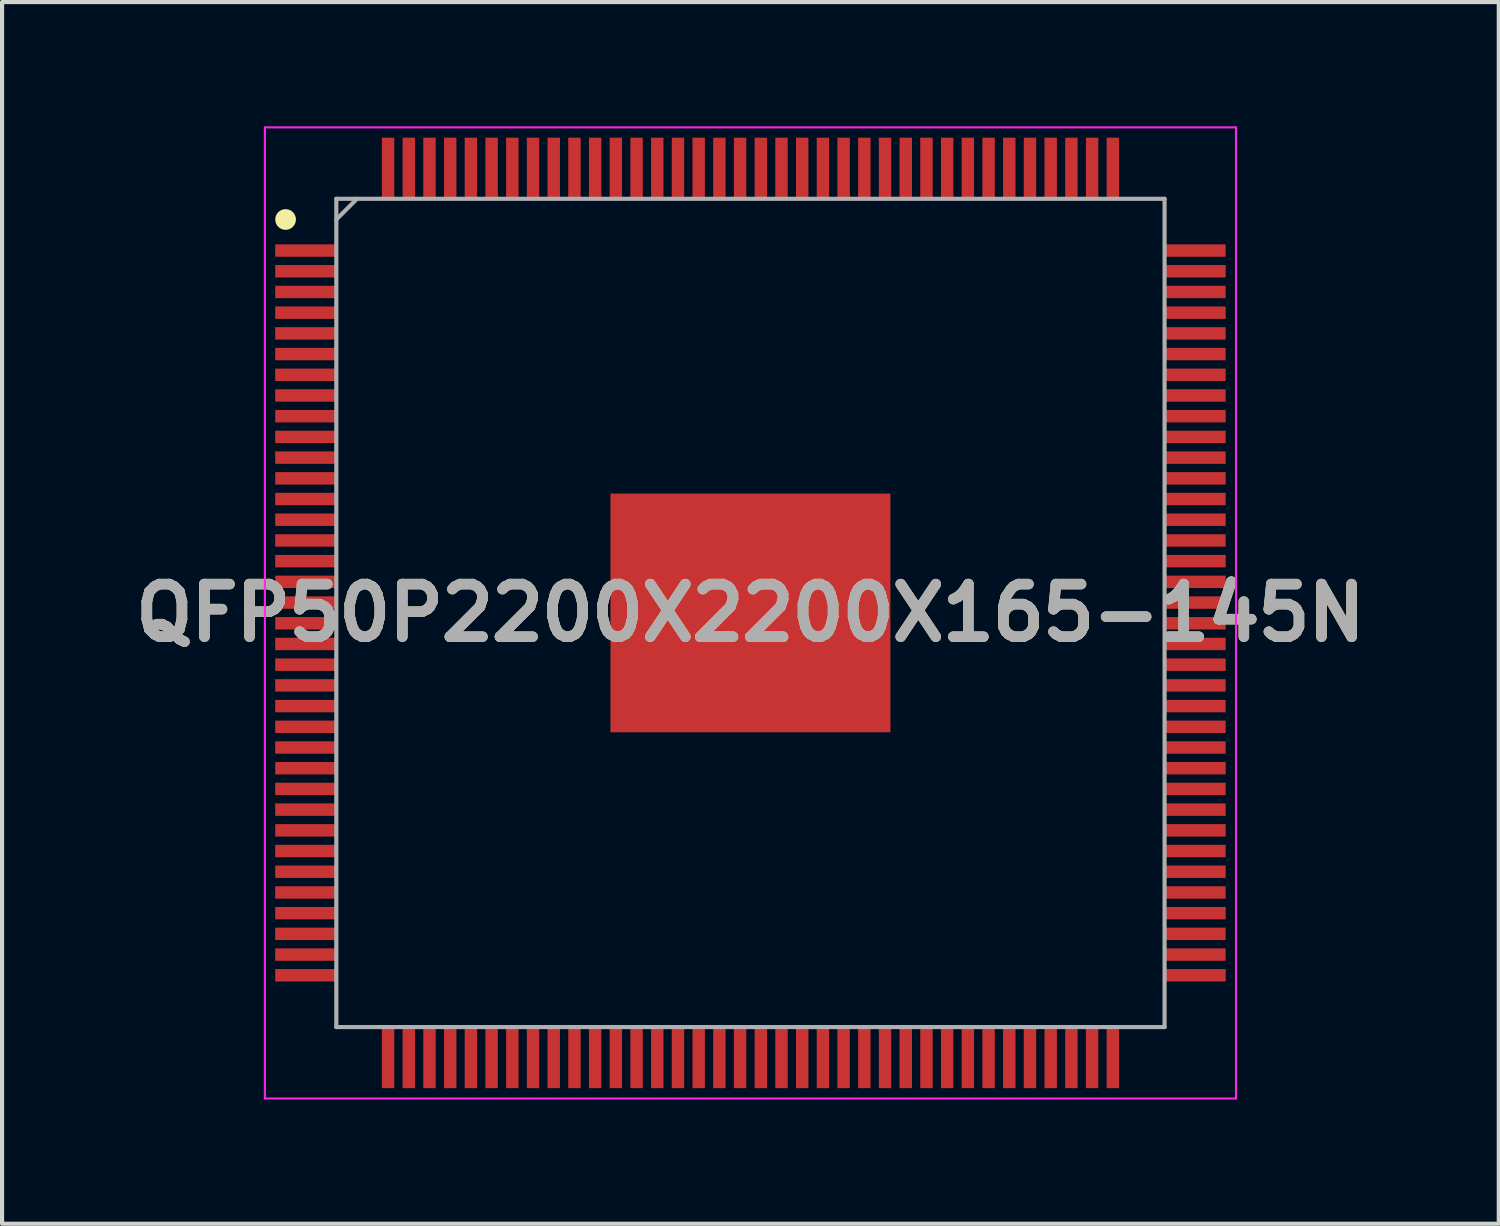
<source format=kicad_pcb>
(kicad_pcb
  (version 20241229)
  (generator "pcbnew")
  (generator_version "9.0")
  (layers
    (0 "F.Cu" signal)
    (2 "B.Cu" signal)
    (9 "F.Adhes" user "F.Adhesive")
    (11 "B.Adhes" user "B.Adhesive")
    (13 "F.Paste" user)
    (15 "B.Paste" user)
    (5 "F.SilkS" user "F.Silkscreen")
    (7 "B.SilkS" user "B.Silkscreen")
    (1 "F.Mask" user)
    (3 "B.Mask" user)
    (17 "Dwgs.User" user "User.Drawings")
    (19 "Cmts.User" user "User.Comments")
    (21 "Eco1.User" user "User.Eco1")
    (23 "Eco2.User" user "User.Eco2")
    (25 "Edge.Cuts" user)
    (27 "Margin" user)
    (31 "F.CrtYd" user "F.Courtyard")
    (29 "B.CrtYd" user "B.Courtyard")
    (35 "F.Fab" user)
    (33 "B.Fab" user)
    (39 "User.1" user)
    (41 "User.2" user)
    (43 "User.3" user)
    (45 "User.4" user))
  (footprint "QFP50P2200X2200X165-145N"
    (layer "F.Cu")
    (at 15.071 11.75)
    (property "Reference" "QFP50P2200X2200X165-145N" (at 0 0 0) (layer "F.SilkS") (effects (font (size 1.27 1.27) (thickness 0.254))))
    (attr smd)
    (fp_circle (center -11.225 -9.5) (end -11.225 -9.375) (stroke (width 0.25) (type solid)) (fill no) (layer "F.SilkS"))
    (fp_line (start -11.725 -11.725) (end 11.725 -11.725) (stroke (width 0.05) (type solid)) (layer "F.CrtYd"))
    (fp_line (start -11.725 11.725) (end -11.725 -11.725) (stroke (width 0.05) (type solid)) (layer "F.CrtYd"))
    (fp_line (start 11.725 -11.725) (end 11.725 11.725) (stroke (width 0.05) (type solid)) (layer "F.CrtYd"))
    (fp_line (start 11.725 11.725) (end -11.725 11.725) (stroke (width 0.05) (type solid)) (layer "F.CrtYd"))
    (fp_line (start -10 -10) (end 10 -10) (stroke (width 0.1) (type solid)) (layer "F.Fab"))
    (fp_line (start -10 -9.5) (end -9.5 -10) (stroke (width 0.1) (type solid)) (layer "F.Fab"))
    (fp_line (start -10 10) (end -10 -10) (stroke (width 0.1) (type solid)) (layer "F.Fab"))
    (fp_line (start 10 -10) (end 10 10) (stroke (width 0.1) (type solid)) (layer "F.Fab"))
    (fp_line (start 10 10) (end -10 10) (stroke (width 0.1) (type solid)) (layer "F.Fab"))
    (fp_text user "${REFERENCE}" (at 0 0 0) (layer "F.Fab") (effects (font (size 1.27 1.27) (thickness 0.254))))
    (pad "1" smd rect (at -10.738 -8.75 90) (size 0.3 1.475) (layers "F.Cu" "F.Mask" "F.Paste"))
    (pad "2" smd rect (at -10.738 -8.25 90) (size 0.3 1.475) (layers "F.Cu" "F.Mask" "F.Paste"))
    (pad "3" smd rect (at -10.738 -7.75 90) (size 0.3 1.475) (layers "F.Cu" "F.Mask" "F.Paste"))
    (pad "4" smd rect (at -10.738 -7.25 90) (size 0.3 1.475) (layers "F.Cu" "F.Mask" "F.Paste"))
    (pad "5" smd rect (at -10.738 -6.75 90) (size 0.3 1.475) (layers "F.Cu" "F.Mask" "F.Paste"))
    (pad "6" smd rect (at -10.738 -6.25 90) (size 0.3 1.475) (layers "F.Cu" "F.Mask" "F.Paste"))
    (pad "7" smd rect (at -10.738 -5.75 90) (size 0.3 1.475) (layers "F.Cu" "F.Mask" "F.Paste"))
    (pad "8" smd rect (at -10.738 -5.25 90) (size 0.3 1.475) (layers "F.Cu" "F.Mask" "F.Paste"))
    (pad "9" smd rect (at -10.738 -4.75 90) (size 0.3 1.475) (layers "F.Cu" "F.Mask" "F.Paste"))
    (pad "10" smd rect (at -10.738 -4.25 90) (size 0.3 1.475) (layers "F.Cu" "F.Mask" "F.Paste"))
    (pad "11" smd rect (at -10.738 -3.75 90) (size 0.3 1.475) (layers "F.Cu" "F.Mask" "F.Paste"))
    (pad "12" smd rect (at -10.738 -3.25 90) (size 0.3 1.475) (layers "F.Cu" "F.Mask" "F.Paste"))
    (pad "13" smd rect (at -10.738 -2.75 90) (size 0.3 1.475) (layers "F.Cu" "F.Mask" "F.Paste"))
    (pad "14" smd rect (at -10.738 -2.25 90) (size 0.3 1.475) (layers "F.Cu" "F.Mask" "F.Paste"))
    (pad "15" smd rect (at -10.738 -1.75 90) (size 0.3 1.475) (layers "F.Cu" "F.Mask" "F.Paste"))
    (pad "16" smd rect (at -10.738 -1.25 90) (size 0.3 1.475) (layers "F.Cu" "F.Mask" "F.Paste"))
    (pad "17" smd rect (at -10.738 -0.75 90) (size 0.3 1.475) (layers "F.Cu" "F.Mask" "F.Paste"))
    (pad "18" smd rect (at -10.738 -0.25 90) (size 0.3 1.475) (layers "F.Cu" "F.Mask" "F.Paste"))
    (pad "19" smd rect (at -10.738 0.25 90) (size 0.3 1.475) (layers "F.Cu" "F.Mask" "F.Paste"))
    (pad "20" smd rect (at -10.738 0.75 90) (size 0.3 1.475) (layers "F.Cu" "F.Mask" "F.Paste"))
    (pad "21" smd rect (at -10.738 1.25 90) (size 0.3 1.475) (layers "F.Cu" "F.Mask" "F.Paste"))
    (pad "22" smd rect (at -10.738 1.75 90) (size 0.3 1.475) (layers "F.Cu" "F.Mask" "F.Paste"))
    (pad "23" smd rect (at -10.738 2.25 90) (size 0.3 1.475) (layers "F.Cu" "F.Mask" "F.Paste"))
    (pad "24" smd rect (at -10.738 2.75 90) (size 0.3 1.475) (layers "F.Cu" "F.Mask" "F.Paste"))
    (pad "25" smd rect (at -10.738 3.25 90) (size 0.3 1.475) (layers "F.Cu" "F.Mask" "F.Paste"))
    (pad "26" smd rect (at -10.738 3.75 90) (size 0.3 1.475) (layers "F.Cu" "F.Mask" "F.Paste"))
    (pad "27" smd rect (at -10.738 4.25 90) (size 0.3 1.475) (layers "F.Cu" "F.Mask" "F.Paste"))
    (pad "28" smd rect (at -10.738 4.75 90) (size 0.3 1.475) (layers "F.Cu" "F.Mask" "F.Paste"))
    (pad "29" smd rect (at -10.738 5.25 90) (size 0.3 1.475) (layers "F.Cu" "F.Mask" "F.Paste"))
    (pad "30" smd rect (at -10.738 5.75 90) (size 0.3 1.475) (layers "F.Cu" "F.Mask" "F.Paste"))
    (pad "31" smd rect (at -10.738 6.25 90) (size 0.3 1.475) (layers "F.Cu" "F.Mask" "F.Paste"))
    (pad "32" smd rect (at -10.738 6.75 90) (size 0.3 1.475) (layers "F.Cu" "F.Mask" "F.Paste"))
    (pad "33" smd rect (at -10.738 7.25 90) (size 0.3 1.475) (layers "F.Cu" "F.Mask" "F.Paste"))
    (pad "34" smd rect (at -10.738 7.75 90) (size 0.3 1.475) (layers "F.Cu" "F.Mask" "F.Paste"))
    (pad "35" smd rect (at -10.738 8.25 90) (size 0.3 1.475) (layers "F.Cu" "F.Mask" "F.Paste"))
    (pad "36" smd rect (at -10.738 8.75 90) (size 0.3 1.475) (layers "F.Cu" "F.Mask" "F.Paste"))
    (pad "37" smd rect (at -8.75 10.738) (size 0.3 1.475) (layers "F.Cu" "F.Mask" "F.Paste"))
    (pad "38" smd rect (at -8.25 10.738) (size 0.3 1.475) (layers "F.Cu" "F.Mask" "F.Paste"))
    (pad "39" smd rect (at -7.75 10.738) (size 0.3 1.475) (layers "F.Cu" "F.Mask" "F.Paste"))
    (pad "40" smd rect (at -7.25 10.738) (size 0.3 1.475) (layers "F.Cu" "F.Mask" "F.Paste"))
    (pad "41" smd rect (at -6.75 10.738) (size 0.3 1.475) (layers "F.Cu" "F.Mask" "F.Paste"))
    (pad "42" smd rect (at -6.25 10.738) (size 0.3 1.475) (layers "F.Cu" "F.Mask" "F.Paste"))
    (pad "43" smd rect (at -5.75 10.738) (size 0.3 1.475) (layers "F.Cu" "F.Mask" "F.Paste"))
    (pad "44" smd rect (at -5.25 10.738) (size 0.3 1.475) (layers "F.Cu" "F.Mask" "F.Paste"))
    (pad "45" smd rect (at -4.75 10.738) (size 0.3 1.475) (layers "F.Cu" "F.Mask" "F.Paste"))
    (pad "46" smd rect (at -4.25 10.738) (size 0.3 1.475) (layers "F.Cu" "F.Mask" "F.Paste"))
    (pad "47" smd rect (at -3.75 10.738) (size 0.3 1.475) (layers "F.Cu" "F.Mask" "F.Paste"))
    (pad "48" smd rect (at -3.25 10.738) (size 0.3 1.475) (layers "F.Cu" "F.Mask" "F.Paste"))
    (pad "49" smd rect (at -2.75 10.738) (size 0.3 1.475) (layers "F.Cu" "F.Mask" "F.Paste"))
    (pad "50" smd rect (at -2.25 10.738) (size 0.3 1.475) (layers "F.Cu" "F.Mask" "F.Paste"))
    (pad "51" smd rect (at -1.75 10.738) (size 0.3 1.475) (layers "F.Cu" "F.Mask" "F.Paste"))
    (pad "52" smd rect (at -1.25 10.738) (size 0.3 1.475) (layers "F.Cu" "F.Mask" "F.Paste"))
    (pad "53" smd rect (at -0.75 10.738) (size 0.3 1.475) (layers "F.Cu" "F.Mask" "F.Paste"))
    (pad "54" smd rect (at -0.25 10.738) (size 0.3 1.475) (layers "F.Cu" "F.Mask" "F.Paste"))
    (pad "55" smd rect (at 0.25 10.738) (size 0.3 1.475) (layers "F.Cu" "F.Mask" "F.Paste"))
    (pad "56" smd rect (at 0.75 10.738) (size 0.3 1.475) (layers "F.Cu" "F.Mask" "F.Paste"))
    (pad "57" smd rect (at 1.25 10.738) (size 0.3 1.475) (layers "F.Cu" "F.Mask" "F.Paste"))
    (pad "58" smd rect (at 1.75 10.738) (size 0.3 1.475) (layers "F.Cu" "F.Mask" "F.Paste"))
    (pad "59" smd rect (at 2.25 10.738) (size 0.3 1.475) (layers "F.Cu" "F.Mask" "F.Paste"))
    (pad "60" smd rect (at 2.75 10.738) (size 0.3 1.475) (layers "F.Cu" "F.Mask" "F.Paste"))
    (pad "61" smd rect (at 3.25 10.738) (size 0.3 1.475) (layers "F.Cu" "F.Mask" "F.Paste"))
    (pad "62" smd rect (at 3.75 10.738) (size 0.3 1.475) (layers "F.Cu" "F.Mask" "F.Paste"))
    (pad "63" smd rect (at 4.25 10.738) (size 0.3 1.475) (layers "F.Cu" "F.Mask" "F.Paste"))
    (pad "64" smd rect (at 4.75 10.738) (size 0.3 1.475) (layers "F.Cu" "F.Mask" "F.Paste"))
    (pad "65" smd rect (at 5.25 10.738) (size 0.3 1.475) (layers "F.Cu" "F.Mask" "F.Paste"))
    (pad "66" smd rect (at 5.75 10.738) (size 0.3 1.475) (layers "F.Cu" "F.Mask" "F.Paste"))
    (pad "67" smd rect (at 6.25 10.738) (size 0.3 1.475) (layers "F.Cu" "F.Mask" "F.Paste"))
    (pad "68" smd rect (at 6.75 10.738) (size 0.3 1.475) (layers "F.Cu" "F.Mask" "F.Paste"))
    (pad "69" smd rect (at 7.25 10.738) (size 0.3 1.475) (layers "F.Cu" "F.Mask" "F.Paste"))
    (pad "70" smd rect (at 7.75 10.738) (size 0.3 1.475) (layers "F.Cu" "F.Mask" "F.Paste"))
    (pad "71" smd rect (at 8.25 10.738) (size 0.3 1.475) (layers "F.Cu" "F.Mask" "F.Paste"))
    (pad "72" smd rect (at 8.75 10.738) (size 0.3 1.475) (layers "F.Cu" "F.Mask" "F.Paste"))
    (pad "73" smd rect (at 10.738 8.75 90) (size 0.3 1.475) (layers "F.Cu" "F.Mask" "F.Paste"))
    (pad "74" smd rect (at 10.738 8.25 90) (size 0.3 1.475) (layers "F.Cu" "F.Mask" "F.Paste"))
    (pad "75" smd rect (at 10.738 7.75 90) (size 0.3 1.475) (layers "F.Cu" "F.Mask" "F.Paste"))
    (pad "76" smd rect (at 10.738 7.25 90) (size 0.3 1.475) (layers "F.Cu" "F.Mask" "F.Paste"))
    (pad "77" smd rect (at 10.738 6.75 90) (size 0.3 1.475) (layers "F.Cu" "F.Mask" "F.Paste"))
    (pad "78" smd rect (at 10.738 6.25 90) (size 0.3 1.475) (layers "F.Cu" "F.Mask" "F.Paste"))
    (pad "79" smd rect (at 10.738 5.75 90) (size 0.3 1.475) (layers "F.Cu" "F.Mask" "F.Paste"))
    (pad "80" smd rect (at 10.738 5.25 90) (size 0.3 1.475) (layers "F.Cu" "F.Mask" "F.Paste"))
    (pad "81" smd rect (at 10.738 4.75 90) (size 0.3 1.475) (layers "F.Cu" "F.Mask" "F.Paste"))
    (pad "82" smd rect (at 10.738 4.25 90) (size 0.3 1.475) (layers "F.Cu" "F.Mask" "F.Paste"))
    (pad "83" smd rect (at 10.738 3.75 90) (size 0.3 1.475) (layers "F.Cu" "F.Mask" "F.Paste"))
    (pad "84" smd rect (at 10.738 3.25 90) (size 0.3 1.475) (layers "F.Cu" "F.Mask" "F.Paste"))
    (pad "85" smd rect (at 10.738 2.75 90) (size 0.3 1.475) (layers "F.Cu" "F.Mask" "F.Paste"))
    (pad "86" smd rect (at 10.738 2.25 90) (size 0.3 1.475) (layers "F.Cu" "F.Mask" "F.Paste"))
    (pad "87" smd rect (at 10.738 1.75 90) (size 0.3 1.475) (layers "F.Cu" "F.Mask" "F.Paste"))
    (pad "88" smd rect (at 10.738 1.25 90) (size 0.3 1.475) (layers "F.Cu" "F.Mask" "F.Paste"))
    (pad "89" smd rect (at 10.738 0.75 90) (size 0.3 1.475) (layers "F.Cu" "F.Mask" "F.Paste"))
    (pad "90" smd rect (at 10.738 0.25 90) (size 0.3 1.475) (layers "F.Cu" "F.Mask" "F.Paste"))
    (pad "91" smd rect (at 10.738 -0.25 90) (size 0.3 1.475) (layers "F.Cu" "F.Mask" "F.Paste"))
    (pad "92" smd rect (at 10.738 -0.75 90) (size 0.3 1.475) (layers "F.Cu" "F.Mask" "F.Paste"))
    (pad "93" smd rect (at 10.738 -1.25 90) (size 0.3 1.475) (layers "F.Cu" "F.Mask" "F.Paste"))
    (pad "94" smd rect (at 10.738 -1.75 90) (size 0.3 1.475) (layers "F.Cu" "F.Mask" "F.Paste"))
    (pad "95" smd rect (at 10.738 -2.25 90) (size 0.3 1.475) (layers "F.Cu" "F.Mask" "F.Paste"))
    (pad "96" smd rect (at 10.738 -2.75 90) (size 0.3 1.475) (layers "F.Cu" "F.Mask" "F.Paste"))
    (pad "97" smd rect (at 10.738 -3.25 90) (size 0.3 1.475) (layers "F.Cu" "F.Mask" "F.Paste"))
    (pad "98" smd rect (at 10.738 -3.75 90) (size 0.3 1.475) (layers "F.Cu" "F.Mask" "F.Paste"))
    (pad "99" smd rect (at 10.738 -4.25 90) (size 0.3 1.475) (layers "F.Cu" "F.Mask" "F.Paste"))
    (pad "100" smd rect (at 10.738 -4.75 90) (size 0.3 1.475) (layers "F.Cu" "F.Mask" "F.Paste"))
    (pad "101" smd rect (at 10.738 -5.25 90) (size 0.3 1.475) (layers "F.Cu" "F.Mask" "F.Paste"))
    (pad "102" smd rect (at 10.738 -5.75 90) (size 0.3 1.475) (layers "F.Cu" "F.Mask" "F.Paste"))
    (pad "103" smd rect (at 10.738 -6.25 90) (size 0.3 1.475) (layers "F.Cu" "F.Mask" "F.Paste"))
    (pad "104" smd rect (at 10.738 -6.75 90) (size 0.3 1.475) (layers "F.Cu" "F.Mask" "F.Paste"))
    (pad "105" smd rect (at 10.738 -7.25 90) (size 0.3 1.475) (layers "F.Cu" "F.Mask" "F.Paste"))
    (pad "106" smd rect (at 10.738 -7.75 90) (size 0.3 1.475) (layers "F.Cu" "F.Mask" "F.Paste"))
    (pad "107" smd rect (at 10.738 -8.25 90) (size 0.3 1.475) (layers "F.Cu" "F.Mask" "F.Paste"))
    (pad "108" smd rect (at 10.738 -8.75 90) (size 0.3 1.475) (layers "F.Cu" "F.Mask" "F.Paste"))
    (pad "109" smd rect (at 8.75 -10.738) (size 0.3 1.475) (layers "F.Cu" "F.Mask" "F.Paste"))
    (pad "110" smd rect (at 8.25 -10.738) (size 0.3 1.475) (layers "F.Cu" "F.Mask" "F.Paste"))
    (pad "111" smd rect (at 7.75 -10.738) (size 0.3 1.475) (layers "F.Cu" "F.Mask" "F.Paste"))
    (pad "112" smd rect (at 7.25 -10.738) (size 0.3 1.475) (layers "F.Cu" "F.Mask" "F.Paste"))
    (pad "113" smd rect (at 6.75 -10.738) (size 0.3 1.475) (layers "F.Cu" "F.Mask" "F.Paste"))
    (pad "114" smd rect (at 6.25 -10.738) (size 0.3 1.475) (layers "F.Cu" "F.Mask" "F.Paste"))
    (pad "115" smd rect (at 5.75 -10.738) (size 0.3 1.475) (layers "F.Cu" "F.Mask" "F.Paste"))
    (pad "116" smd rect (at 5.25 -10.738) (size 0.3 1.475) (layers "F.Cu" "F.Mask" "F.Paste"))
    (pad "117" smd rect (at 4.75 -10.738) (size 0.3 1.475) (layers "F.Cu" "F.Mask" "F.Paste"))
    (pad "118" smd rect (at 4.25 -10.738) (size 0.3 1.475) (layers "F.Cu" "F.Mask" "F.Paste"))
    (pad "119" smd rect (at 3.75 -10.738) (size 0.3 1.475) (layers "F.Cu" "F.Mask" "F.Paste"))
    (pad "120" smd rect (at 3.25 -10.738) (size 0.3 1.475) (layers "F.Cu" "F.Mask" "F.Paste"))
    (pad "121" smd rect (at 2.75 -10.738) (size 0.3 1.475) (layers "F.Cu" "F.Mask" "F.Paste"))
    (pad "122" smd rect (at 2.25 -10.738) (size 0.3 1.475) (layers "F.Cu" "F.Mask" "F.Paste"))
    (pad "123" smd rect (at 1.75 -10.738) (size 0.3 1.475) (layers "F.Cu" "F.Mask" "F.Paste"))
    (pad "124" smd rect (at 1.25 -10.738) (size 0.3 1.475) (layers "F.Cu" "F.Mask" "F.Paste"))
    (pad "125" smd rect (at 0.75 -10.738) (size 0.3 1.475) (layers "F.Cu" "F.Mask" "F.Paste"))
    (pad "126" smd rect (at 0.25 -10.738) (size 0.3 1.475) (layers "F.Cu" "F.Mask" "F.Paste"))
    (pad "127" smd rect (at -0.25 -10.738) (size 0.3 1.475) (layers "F.Cu" "F.Mask" "F.Paste"))
    (pad "128" smd rect (at -0.75 -10.738) (size 0.3 1.475) (layers "F.Cu" "F.Mask" "F.Paste"))
    (pad "129" smd rect (at -1.25 -10.738) (size 0.3 1.475) (layers "F.Cu" "F.Mask" "F.Paste"))
    (pad "130" smd rect (at -1.75 -10.738) (size 0.3 1.475) (layers "F.Cu" "F.Mask" "F.Paste"))
    (pad "131" smd rect (at -2.25 -10.738) (size 0.3 1.475) (layers "F.Cu" "F.Mask" "F.Paste"))
    (pad "132" smd rect (at -2.75 -10.738) (size 0.3 1.475) (layers "F.Cu" "F.Mask" "F.Paste"))
    (pad "133" smd rect (at -3.25 -10.738) (size 0.3 1.475) (layers "F.Cu" "F.Mask" "F.Paste"))
    (pad "134" smd rect (at -3.75 -10.738) (size 0.3 1.475) (layers "F.Cu" "F.Mask" "F.Paste"))
    (pad "135" smd rect (at -4.25 -10.738) (size 0.3 1.475) (layers "F.Cu" "F.Mask" "F.Paste"))
    (pad "136" smd rect (at -4.75 -10.738) (size 0.3 1.475) (layers "F.Cu" "F.Mask" "F.Paste"))
    (pad "137" smd rect (at -5.25 -10.738) (size 0.3 1.475) (layers "F.Cu" "F.Mask" "F.Paste"))
    (pad "138" smd rect (at -5.75 -10.738) (size 0.3 1.475) (layers "F.Cu" "F.Mask" "F.Paste"))
    (pad "139" smd rect (at -6.25 -10.738) (size 0.3 1.475) (layers "F.Cu" "F.Mask" "F.Paste"))
    (pad "140" smd rect (at -6.75 -10.738) (size 0.3 1.475) (layers "F.Cu" "F.Mask" "F.Paste"))
    (pad "141" smd rect (at -7.25 -10.738) (size 0.3 1.475) (layers "F.Cu" "F.Mask" "F.Paste"))
    (pad "142" smd rect (at -7.75 -10.738) (size 0.3 1.475) (layers "F.Cu" "F.Mask" "F.Paste"))
    (pad "143" smd rect (at -8.25 -10.738) (size 0.3 1.475) (layers "F.Cu" "F.Mask" "F.Paste"))
    (pad "144" smd rect (at -8.75 -10.738) (size 0.3 1.475) (layers "F.Cu" "F.Mask" "F.Paste"))
    (pad "145" smd rect (at 0 0 90) (size 5.765 6.76) (layers "F.Cu" "F.Mask" "F.Paste")))
  (gr_rect
    (start -3 -3)
    (end 33.141 26.5)
    (stroke (width 0.1) (type default))
    (fill no)
    (layer "Edge.Cuts")))
</source>
